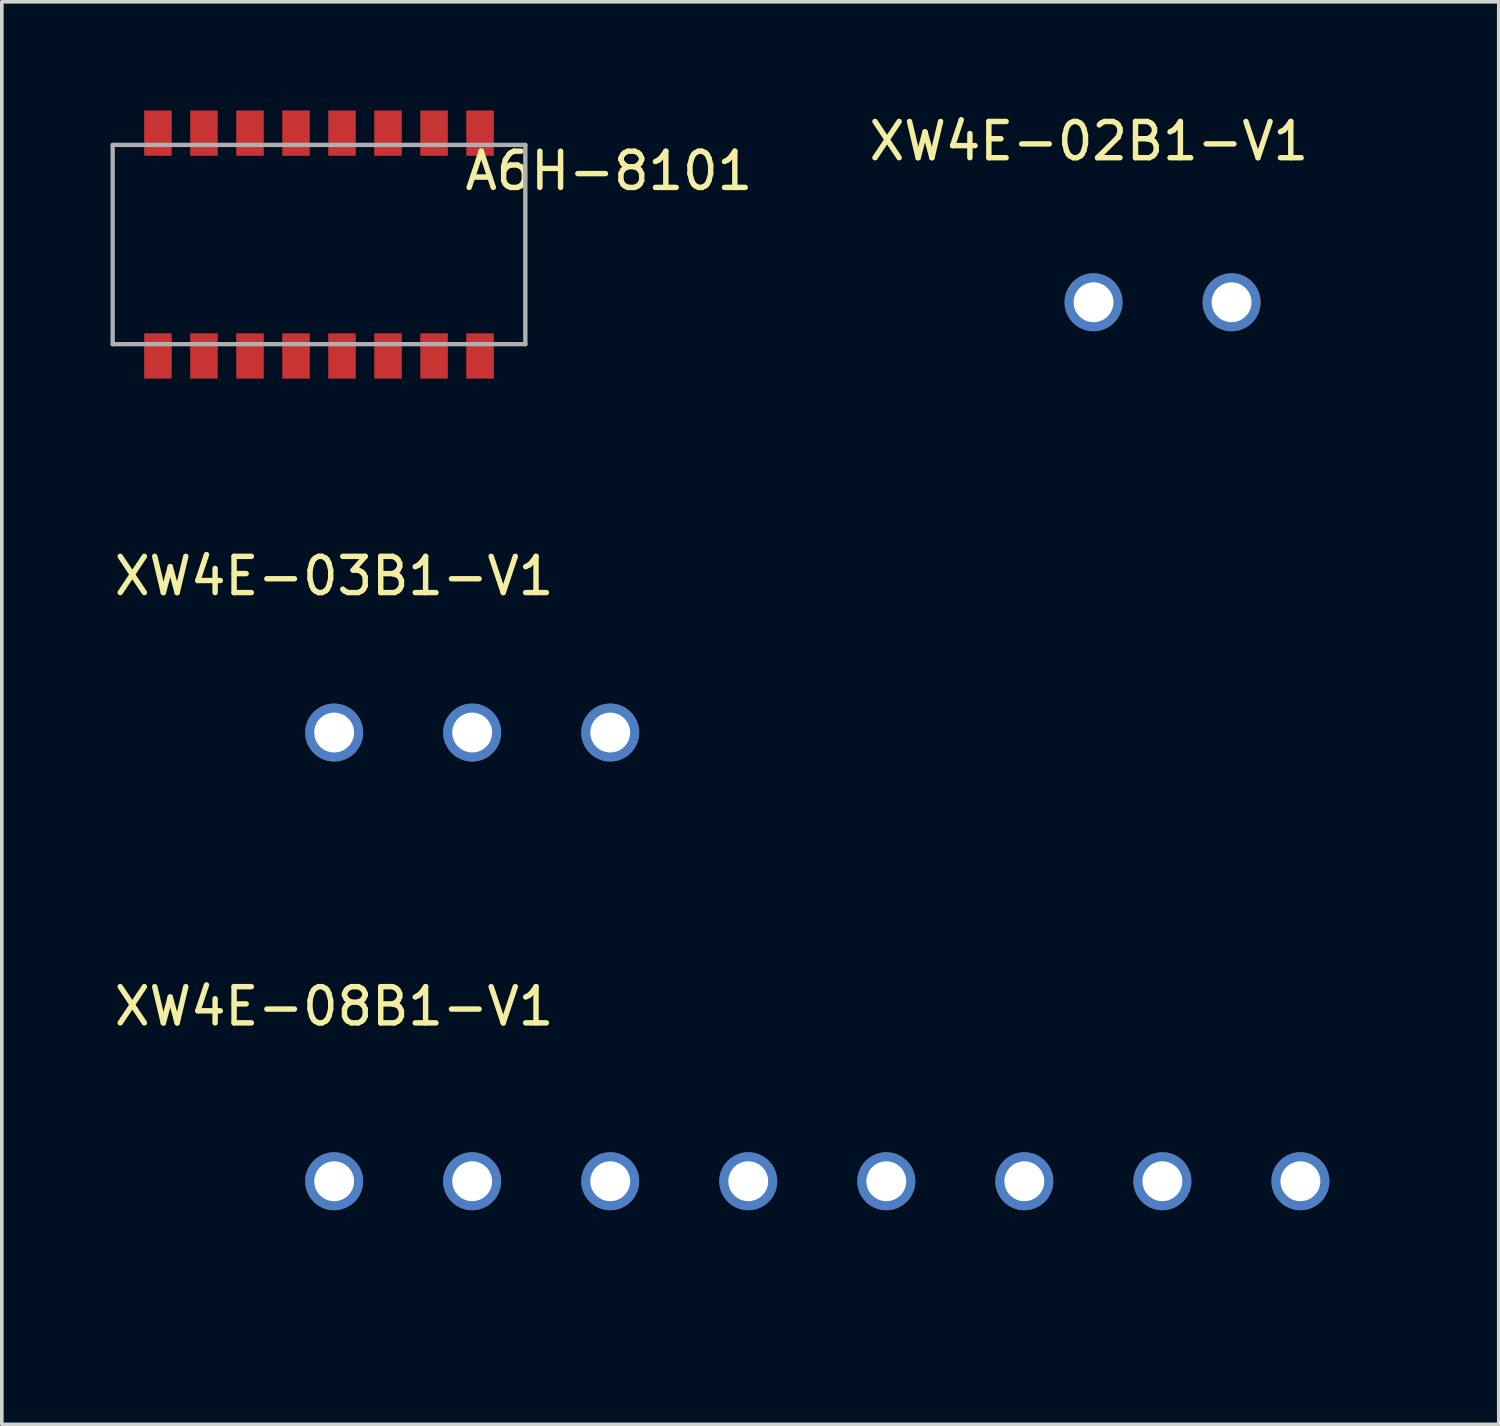
<source format=kicad_pcb>
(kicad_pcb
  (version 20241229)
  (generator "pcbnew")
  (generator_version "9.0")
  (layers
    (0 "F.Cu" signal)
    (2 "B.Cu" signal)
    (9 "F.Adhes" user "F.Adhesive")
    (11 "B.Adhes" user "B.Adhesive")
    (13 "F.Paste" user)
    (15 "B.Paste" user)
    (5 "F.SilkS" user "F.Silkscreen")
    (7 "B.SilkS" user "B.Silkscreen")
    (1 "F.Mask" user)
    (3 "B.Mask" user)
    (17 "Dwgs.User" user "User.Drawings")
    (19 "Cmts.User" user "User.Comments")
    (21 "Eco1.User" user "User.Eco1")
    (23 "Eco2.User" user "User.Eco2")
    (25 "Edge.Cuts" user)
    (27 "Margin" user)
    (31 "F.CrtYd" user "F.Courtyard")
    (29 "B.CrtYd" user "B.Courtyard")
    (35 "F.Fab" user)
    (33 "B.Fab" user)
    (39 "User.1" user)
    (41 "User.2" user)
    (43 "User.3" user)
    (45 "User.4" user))
  (footprint "XW4E-08B1-V1"
    (layer "F.Cu")
    (at 19.508 29.554)
    (property "Reference" "XW4E-08B1-V1" (at -13.335 -4.826 0) (layer "F.SilkS") (effects (font (size 1 1) (thickness 0.15))))
    (attr through_hole)
    (fp_line (start -15.75 -3.65) (end 15.75 -3.65) (stroke (width 0.12) (type solid)) (layer "B.Paste"))
    (fp_line (start -15.75 3.65) (end -15.75 -3.65) (stroke (width 0.12) (type solid)) (layer "B.Paste"))
    (fp_line (start 15.75 -3.65) (end 15.75 3.65) (stroke (width 0.12) (type solid)) (layer "B.Paste"))
    (fp_line (start 15.75 3.65) (end -15.75 3.65) (stroke (width 0.12) (type solid)) (layer "B.Paste"))
    (pad "1" thru_hole circle (at -13.335 0) (size 1.6 1.6) (drill 1.1) (layers "*.Cu" "*.Mask"))
    (pad "2" thru_hole circle (at -9.525 0) (size 1.6 1.6) (drill 1.1) (layers "*.Cu" "*.Mask"))
    (pad "3" thru_hole circle (at -5.715 0) (size 1.6 1.6) (drill 1.1) (layers "*.Cu" "*.Mask"))
    (pad "4" thru_hole circle (at -1.905 0) (size 1.6 1.6) (drill 1.1) (layers "*.Cu" "*.Mask"))
    (pad "5" thru_hole circle (at 1.905 0) (size 1.6 1.6) (drill 1.1) (layers "*.Cu" "*.Mask"))
    (pad "6" thru_hole circle (at 5.715 0) (size 1.6 1.6) (drill 1.1) (layers "*.Cu" "*.Mask"))
    (pad "7" thru_hole circle (at 9.525 0) (size 1.6 1.6) (drill 1.1) (layers "*.Cu" "*.Mask"))
    (pad "8" thru_hole circle (at 13.335 0) (size 1.6 1.6) (drill 1.1) (layers "*.Cu" "*.Mask")))
  (footprint "A6H-8101"
    (layer "F.Cu")
    (at 5.755 3.7)
    (property "Reference" "A6H-8101" (at 8.001 -2.032 0) (layer "F.SilkS") (effects (font (size 1 1) (thickness 0.15))))
    (attr through_hole)
    (fp_line (start -5.695 -2.75) (end 5.695 -2.75) (stroke (width 0.12) (type solid)) (layer "F.Fab"))
    (fp_line (start -5.695 2.75) (end -5.695 -2.75) (stroke (width 0.12) (type solid)) (layer "F.Fab"))
    (fp_line (start 5.695 -2.75) (end 5.695 2.75) (stroke (width 0.12) (type solid)) (layer "F.Fab"))
    (fp_line (start 5.695 2.75) (end -5.695 2.75) (stroke (width 0.12) (type solid)) (layer "F.Fab"))
    (pad "1" smd rect (at -4.445 3.075) (size 0.76 1.25) (layers "F.Cu" "F.Mask" "F.Paste"))
    (pad "2" smd rect (at -3.175 3.075) (size 0.76 1.25) (layers "F.Cu" "F.Mask" "F.Paste"))
    (pad "3" smd rect (at -1.905 3.075) (size 0.76 1.25) (layers "F.Cu" "F.Mask" "F.Paste"))
    (pad "4" smd rect (at -0.635 3.075) (size 0.76 1.25) (layers "F.Cu" "F.Mask" "F.Paste"))
    (pad "5" smd rect (at 0.635 3.075) (size 0.76 1.25) (layers "F.Cu" "F.Mask" "F.Paste"))
    (pad "6" smd rect (at 1.905 3.075) (size 0.76 1.25) (layers "F.Cu" "F.Mask" "F.Paste"))
    (pad "7" smd rect (at 3.175 3.075) (size 0.76 1.25) (layers "F.Cu" "F.Mask" "F.Paste"))
    (pad "8" smd rect (at 4.445 3.075) (size 0.76 1.25) (layers "F.Cu" "F.Mask" "F.Paste"))
    (pad "9" smd rect (at 4.445 -3.075) (size 0.76 1.25) (layers "F.Cu" "F.Mask" "F.Paste"))
    (pad "10" smd rect (at 3.175 -3.075) (size 0.76 1.25) (layers "F.Cu" "F.Mask" "F.Paste"))
    (pad "11" smd rect (at 1.905 -3.075) (size 0.76 1.25) (layers "F.Cu" "F.Mask" "F.Paste"))
    (pad "12" smd rect (at 0.635 -3.075) (size 0.76 1.25) (layers "F.Cu" "F.Mask" "F.Paste"))
    (pad "13" smd rect (at -0.635 -3.075) (size 0.76 1.25) (layers "F.Cu" "F.Mask" "F.Paste"))
    (pad "14" smd rect (at -1.905 -3.075) (size 0.76 1.25) (layers "F.Cu" "F.Mask" "F.Paste"))
    (pad "15" smd rect (at -3.175 -3.075) (size 0.76 1.25) (layers "F.Cu" "F.Mask" "F.Paste"))
    (pad "16" smd rect (at -4.445 -3.075) (size 0.76 1.25) (layers "F.Cu" "F.Mask" "F.Paste")))
  (footprint "XW4E-03B1-V1"
    (layer "F.Cu")
    (at 9.983 17.169)
    (property "Reference" "XW4E-03B1-V1" (at -3.81 -4.318 0) (layer "F.SilkS") (effects (font (size 1 1) (thickness 0.15))))
    (attr through_hole)
    (fp_line (start -5.7 -3.65) (end 5.7 -3.65) (stroke (width 0.12) (type solid)) (layer "B.Paste"))
    (fp_line (start -5.7 3.65) (end -5.7 -3.65) (stroke (width 0.12) (type solid)) (layer "B.Paste"))
    (fp_line (start 5.7 3.65) (end -5.7 3.65) (stroke (width 0.12) (type solid)) (layer "B.Paste"))
    (fp_line (start 5.7 3.65) (end 5.7 -3.65) (stroke (width 0.12) (type solid)) (layer "B.Paste"))
    (pad "1" thru_hole circle (at -3.81 0) (size 1.6 1.6) (drill 1.1) (layers "*.Cu" "*.Mask"))
    (pad "2" thru_hole circle (at 0 0) (size 1.6 1.6) (drill 1.1) (layers "*.Cu" "*.Mask"))
    (pad "3" thru_hole circle (at 3.81 0) (size 1.6 1.6) (drill 1.1) (layers "*.Cu" "*.Mask")))
  (footprint "XW4E-02B1-V1"
    (layer "F.Cu")
    (at 29.038 5.293)
    (property "Reference" "XW4E-02B1-V1" (at -2.032 -4.445 0) (layer "F.SilkS") (effects (font (size 1 1) (thickness 0.15))))
    (attr through_hole)
    (fp_line (start -3.8 -3.65) (end 3.8 -3.65) (stroke (width 0.12) (type solid)) (layer "B.Paste"))
    (fp_line (start -3.8 3.65) (end -3.8 -3.65) (stroke (width 0.12) (type solid)) (layer "B.Paste"))
    (fp_line (start 3.8 -3.65) (end 3.8 3.65) (stroke (width 0.12) (type solid)) (layer "B.Paste"))
    (fp_line (start 3.8 3.65) (end -3.8 3.65) (stroke (width 0.12) (type solid)) (layer "B.Paste"))
    (pad "1" thru_hole circle (at -1.905 0) (size 1.6 1.6) (drill 1.1) (layers "*.Cu" "*.Mask"))
    (pad "2" thru_hole circle (at 1.905 0) (size 1.6 1.6) (drill 1.1) (layers "*.Cu" "*.Mask")))
  (gr_rect
    (start -3 -3)
    (end 38.318 36.264)
    (stroke (width 0.1) (type default))
    (fill no)
    (layer "Edge.Cuts")))
</source>
